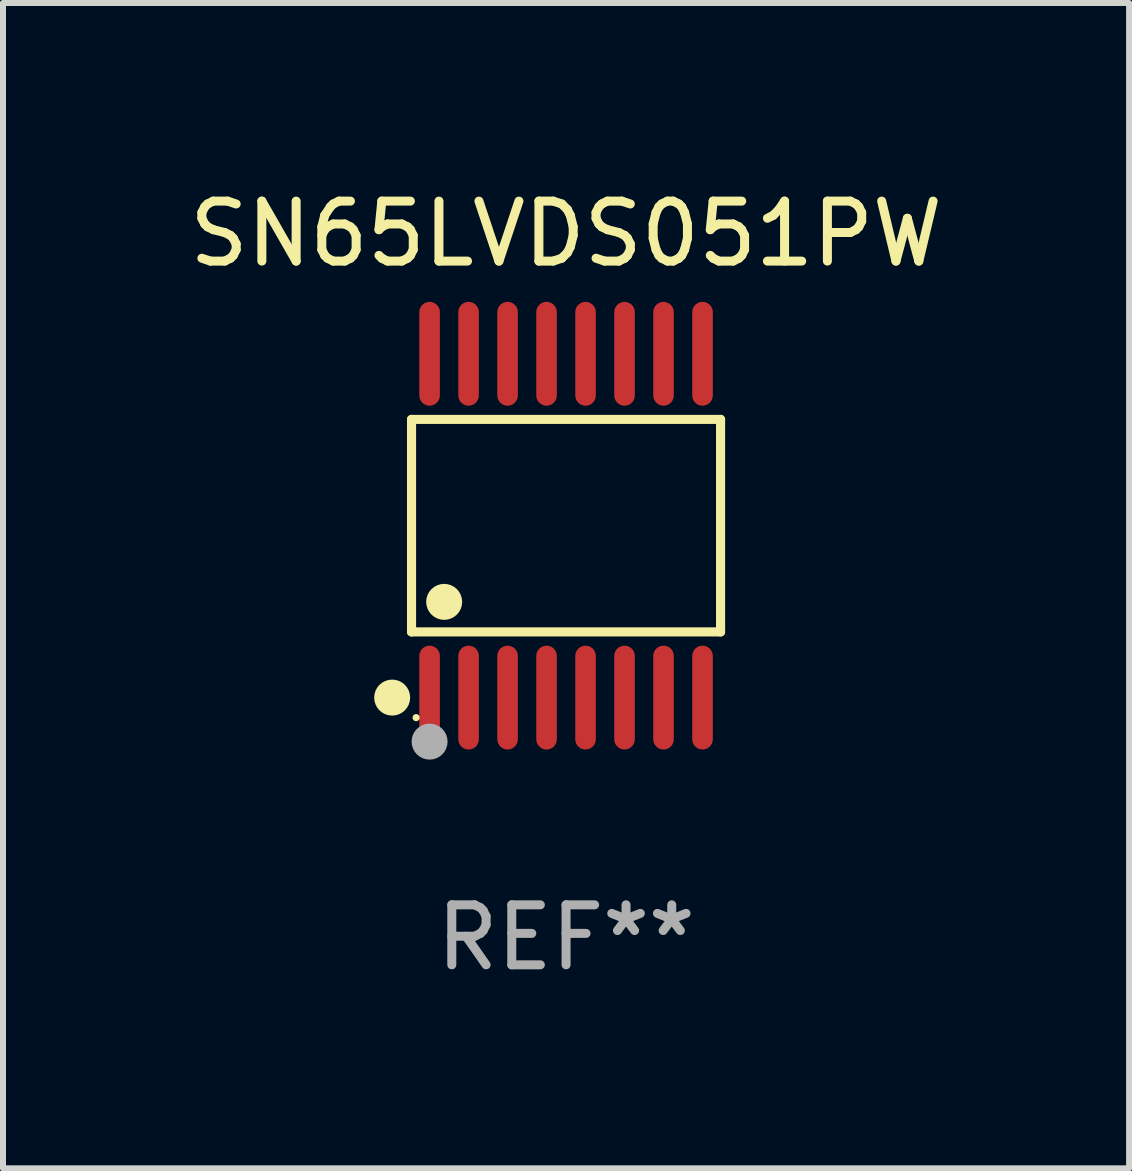
<source format=kicad_pcb>
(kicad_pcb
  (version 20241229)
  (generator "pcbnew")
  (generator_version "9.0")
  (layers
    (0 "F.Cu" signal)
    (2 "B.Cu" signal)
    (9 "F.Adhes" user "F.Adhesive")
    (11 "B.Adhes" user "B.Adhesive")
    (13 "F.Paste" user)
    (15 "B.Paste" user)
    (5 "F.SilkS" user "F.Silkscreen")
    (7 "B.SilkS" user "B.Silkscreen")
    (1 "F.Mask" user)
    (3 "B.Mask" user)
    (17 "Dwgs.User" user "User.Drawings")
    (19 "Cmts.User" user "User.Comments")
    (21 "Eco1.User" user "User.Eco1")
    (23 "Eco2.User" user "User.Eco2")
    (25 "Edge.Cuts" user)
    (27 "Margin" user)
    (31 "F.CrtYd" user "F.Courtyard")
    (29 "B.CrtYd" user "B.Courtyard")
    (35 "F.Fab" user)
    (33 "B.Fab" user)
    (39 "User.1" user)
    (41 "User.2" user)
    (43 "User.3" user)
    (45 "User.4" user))
  (footprint "SN65LVDS051PW"
    (layer "F.Cu")
    (at 6.387 5.714)
    (property "Reference" "SN65LVDS051PW" (at 0 -4.866 0) (layer "F.SilkS") (effects (font (size 1 1) (thickness 0.15))))
    (attr through_hole)
    (fp_line (start -2.576 -1.772) (end 2.576 -1.772) (stroke (width 0.152) (type solid)) (layer "F.SilkS"))
    (fp_line (start -2.576 1.771) (end -2.576 -1.772) (stroke (width 0.152) (type solid)) (layer "F.SilkS"))
    (fp_line (start 2.576 -1.772) (end 2.576 1.771) (stroke (width 0.152) (type solid)) (layer "F.SilkS"))
    (fp_line (start 2.576 1.771) (end -2.576 1.771) (stroke (width 0.152) (type solid)) (layer "F.SilkS"))
    (fp_circle (center -2.899 2.866) (end -2.749 2.866) (stroke (width 0.3) (type solid)) (fill no) (layer "F.SilkS"))
    (fp_circle (center -2.5 3.2) (end -2.47 3.2) (stroke (width 0.06) (type solid)) (fill no) (layer "F.SilkS"))
    (fp_circle (center -2.032 1.27) (end -1.882 1.27) (stroke (width 0.3) (type solid)) (fill no) (layer "F.SilkS"))
    (fp_circle (center -2.275 3.6) (end -2.125 3.6) (stroke (width 0.3) (type solid)) (fill no) (layer "F.Fab"))
    (fp_text user "REF**" (at 0 6.866 0) (layer "F.Fab") (effects (font (size 1 1) (thickness 0.15))))
    (pad "1" smd oval (at -2.275 2.866) (size 0.343 1.731) (layers "F.Cu" "F.Mask" "F.Paste"))
    (pad "2" smd oval (at -1.625 2.866) (size 0.343 1.731) (layers "F.Cu" "F.Mask" "F.Paste"))
    (pad "3" smd oval (at -0.975 2.866) (size 0.343 1.731) (layers "F.Cu" "F.Mask" "F.Paste"))
    (pad "4" smd oval (at -0.325 2.866) (size 0.343 1.731) (layers "F.Cu" "F.Mask" "F.Paste"))
    (pad "5" smd oval (at 0.325 2.866) (size 0.343 1.731) (layers "F.Cu" "F.Mask" "F.Paste"))
    (pad "6" smd oval (at 0.975 2.866) (size 0.343 1.731) (layers "F.Cu" "F.Mask" "F.Paste"))
    (pad "7" smd oval (at 1.625 2.866) (size 0.343 1.731) (layers "F.Cu" "F.Mask" "F.Paste"))
    (pad "8" smd oval (at 2.275 2.866) (size 0.343 1.731) (layers "F.Cu" "F.Mask" "F.Paste"))
    (pad "9" smd oval (at 2.275 -2.866) (size 0.343 1.731) (layers "F.Cu" "F.Mask" "F.Paste"))
    (pad "10" smd oval (at 1.625 -2.866) (size 0.343 1.731) (layers "F.Cu" "F.Mask" "F.Paste"))
    (pad "11" smd oval (at 0.975 -2.866) (size 0.343 1.731) (layers "F.Cu" "F.Mask" "F.Paste"))
    (pad "12" smd oval (at 0.325 -2.866) (size 0.343 1.731) (layers "F.Cu" "F.Mask" "F.Paste"))
    (pad "13" smd oval (at -0.325 -2.866) (size 0.343 1.731) (layers "F.Cu" "F.Mask" "F.Paste"))
    (pad "14" smd oval (at -0.975 -2.866) (size 0.343 1.731) (layers "F.Cu" "F.Mask" "F.Paste"))
    (pad "15" smd oval (at -1.625 -2.866) (size 0.343 1.731) (layers "F.Cu" "F.Mask" "F.Paste"))
    (pad "16" smd oval (at -2.275 -2.866) (size 0.343 1.731) (layers "F.Cu" "F.Mask" "F.Paste")))
  (gr_rect
    (start -3 -3)
    (end 15.774 16.428)
    (stroke (width 0.1) (type default))
    (fill no)
    (layer "Edge.Cuts")))
</source>
